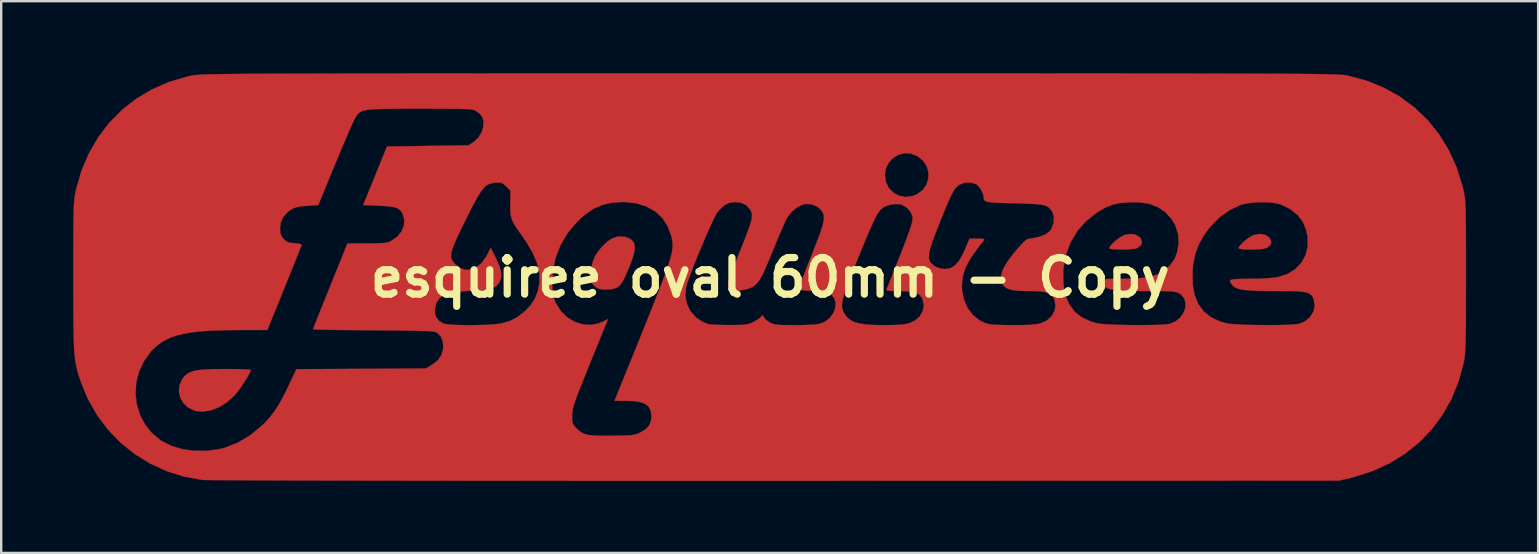
<source format=kicad_pcb>
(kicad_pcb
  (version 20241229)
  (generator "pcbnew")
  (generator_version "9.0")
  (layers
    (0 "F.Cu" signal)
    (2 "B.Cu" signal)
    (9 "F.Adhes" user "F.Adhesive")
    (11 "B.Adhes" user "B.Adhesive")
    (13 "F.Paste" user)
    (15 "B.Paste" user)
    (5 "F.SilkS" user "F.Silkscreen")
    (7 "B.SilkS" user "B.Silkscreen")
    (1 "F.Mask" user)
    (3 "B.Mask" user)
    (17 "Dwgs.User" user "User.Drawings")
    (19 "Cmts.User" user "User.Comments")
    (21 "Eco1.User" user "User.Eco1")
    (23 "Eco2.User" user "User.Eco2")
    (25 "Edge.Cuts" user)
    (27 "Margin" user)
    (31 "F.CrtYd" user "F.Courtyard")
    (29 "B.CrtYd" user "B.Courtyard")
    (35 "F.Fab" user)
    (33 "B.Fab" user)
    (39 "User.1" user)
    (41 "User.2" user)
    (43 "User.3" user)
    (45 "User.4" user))
  (footprint "esquiree oval 60mm - Copy"
    (layer "F.Cu")
    (at 29.037 8.514)
    (property "Reference" "esquiree oval 60mm - Copy" (at 0 0 0) (layer "F.SilkS") (effects (font (size 1.524 1.524) (thickness 0.3))))
    (attr through_hole)
    (fp_poly (pts (xy 15.228 -1.785) (xy 15.389 -1.684) (xy 15.442 -1.613) (xy 15.485 -1.465) (xy 15.433 -1.339) (xy 15.286 -1.233) (xy 15.185 -1.205) (xy 15.023 -1.184) (xy 14.825 -1.172) (xy 14.614 -1.168) (xy 14.414 -1.172) (xy 14.251 -1.184) (xy 14.147 -1.206) (xy 14.122 -1.226) (xy 14.162 -1.313) (xy 14.266 -1.431) (xy 14.408 -1.558) (xy 14.566 -1.674) (xy 14.714 -1.759) (xy 14.772 -1.781) (xy 15.016 -1.819) (xy 15.228 -1.785)) (stroke (width 0.01) (type solid)) (fill yes) (layer "F.Cu"))
    (fp_poly (pts (xy 20.613 -1.785) (xy 20.773 -1.684) (xy 20.826 -1.613) (xy 20.87 -1.465) (xy 20.818 -1.339) (xy 20.671 -1.233) (xy 20.57 -1.205) (xy 20.408 -1.184) (xy 20.21 -1.172) (xy 19.999 -1.168) (xy 19.799 -1.172) (xy 19.635 -1.184) (xy 19.531 -1.206) (xy 19.507 -1.226) (xy 19.547 -1.313) (xy 19.65 -1.431) (xy 19.793 -1.558) (xy 19.951 -1.674) (xy 20.099 -1.759) (xy 20.157 -1.781) (xy 20.4 -1.819) (xy 20.613 -1.785)) (stroke (width 0.01) (type solid)) (fill yes) (layer "F.Cu"))
    (fp_poly (pts (xy -22.383 3.811) (xy -22.105 3.815) (xy -21.88 3.821) (xy -21.721 3.829) (xy -21.645 3.838) (xy -21.641 3.841) (xy -21.67 3.935) (xy -21.747 4.087) (xy -21.859 4.276) (xy -21.991 4.481) (xy -22.131 4.678) (xy -22.264 4.847) (xy -22.31 4.899) (xy -22.609 5.174) (xy -22.936 5.384) (xy -23.275 5.522) (xy -23.609 5.583) (xy -23.92 5.559) (xy -23.994 5.539) (xy -24.256 5.409) (xy -24.453 5.22) (xy -24.581 4.988) (xy -24.633 4.732) (xy -24.606 4.471) (xy -24.494 4.223) (xy -24.396 4.101) (xy -24.295 4.012) (xy -24.174 3.942) (xy -24.021 3.89) (xy -23.821 3.853) (xy -23.563 3.829) (xy -23.233 3.815) (xy -22.817 3.81) (xy -22.698 3.81) (xy -22.383 3.811)) (stroke (width 0.01) (type solid)) (fill yes) (layer "F.Cu"))
    (fp_poly (pts (xy -6.066 -1.703) (xy -5.921 -1.655) (xy -5.772 -1.569) (xy -5.679 -1.452) (xy -5.642 -1.294) (xy -5.66 -1.083) (xy -5.734 -0.811) (xy -5.863 -0.466) (xy -5.907 -0.36) (xy -6.039 -0.058) (xy -6.151 0.161) (xy -6.257 0.312) (xy -6.37 0.408) (xy -6.505 0.462) (xy -6.675 0.489) (xy -6.77 0.496) (xy -6.975 0.498) (xy -7.121 0.473) (xy -7.246 0.413) (xy -7.25 0.411) (xy -7.38 0.294) (xy -7.445 0.167) (xy -7.475 0.04) (xy -7.496 -0.038) (xy -7.499 -0.145) (xy -7.476 -0.314) (xy -7.432 -0.512) (xy -7.376 -0.707) (xy -7.314 -0.865) (xy -7.307 -0.88) (xy -7.17 -1.095) (xy -6.985 -1.313) (xy -6.783 -1.502) (xy -6.596 -1.63) (xy -6.331 -1.717) (xy -6.066 -1.703)) (stroke (width 0.01) (type solid)) (fill yes) (layer "F.Cu"))
    (fp_poly (pts (xy 1.825 -8.509) (xy 3.577 -8.509) (xy 5.232 -8.509) (xy 6.794 -8.509) (xy 8.266 -8.509) (xy 9.65 -8.508) (xy 10.949 -8.508) (xy 12.165 -8.507) (xy 13.303 -8.507) (xy 14.363 -8.506) (xy 15.349 -8.505) (xy 16.265 -8.504) (xy 17.112 -8.503) (xy 17.893 -8.502) (xy 18.611 -8.501) (xy 19.269 -8.499) (xy 19.87 -8.497) (xy 20.416 -8.495) (xy 20.91 -8.493) (xy 21.356 -8.491) (xy 21.755 -8.488) (xy 22.11 -8.485) (xy 22.424 -8.482) (xy 22.701 -8.479) (xy 22.942 -8.475) (xy 23.151 -8.471) (xy 23.33 -8.467) (xy 23.482 -8.463) (xy 23.61 -8.458) (xy 23.717 -8.453) (xy 23.805 -8.447) (xy 23.877 -8.441) (xy 23.935 -8.435) (xy 23.984 -8.429) (xy 24.025 -8.422) (xy 24.042 -8.418) (xy 24.823 -8.21) (xy 25.551 -7.917) (xy 26.223 -7.542) (xy 26.835 -7.09) (xy 27.381 -6.566) (xy 27.859 -5.973) (xy 28.262 -5.316) (xy 28.588 -4.598) (xy 28.832 -3.826) (xy 28.872 -3.658) (xy 28.895 -3.555) (xy 28.914 -3.456) (xy 28.93 -3.351) (xy 28.943 -3.232) (xy 28.954 -3.09) (xy 28.963 -2.916) (xy 28.969 -2.702) (xy 28.974 -2.439) (xy 28.977 -2.118) (xy 28.98 -1.731) (xy 28.981 -1.268) (xy 28.981 -0.722) (xy 28.981 -0.084) (xy 28.981 -0.051) (xy 28.981 0.601) (xy 28.98 1.16) (xy 28.979 1.634) (xy 28.976 2.033) (xy 28.972 2.364) (xy 28.966 2.637) (xy 28.959 2.86) (xy 28.95 3.041) (xy 28.939 3.189) (xy 28.925 3.313) (xy 28.909 3.421) (xy 28.891 3.519) (xy 28.682 4.301) (xy 28.389 5.029) (xy 28.014 5.701) (xy 27.562 6.312) (xy 27.037 6.859) (xy 26.442 7.337) (xy 25.781 7.742) (xy 25.059 8.07) (xy 24.279 8.318) (xy 24.155 8.348) (xy 23.698 8.456) (xy 0.203 8.464) (xy -1.34 8.464) (xy -2.859 8.464) (xy -4.35 8.464) (xy -5.81 8.464) (xy -7.237 8.464) (xy -8.626 8.463) (xy -9.975 8.463) (xy -11.28 8.462) (xy -12.539 8.461) (xy -13.747 8.46) (xy -14.902 8.458) (xy -16 8.457) (xy -17.038 8.455) (xy -18.014 8.454) (xy -18.923 8.452) (xy -19.763 8.45) (xy -20.529 8.448) (xy -21.22 8.446) (xy -21.832 8.443) (xy -22.362 8.441) (xy -22.805 8.439) (xy -23.16 8.436) (xy -23.423 8.433) (xy -23.59 8.431) (xy -23.658 8.428) (xy -24.423 8.289) (xy -25.154 8.058) (xy -25.844 7.741) (xy -26.485 7.344) (xy -27.07 6.872) (xy -27.593 6.33) (xy -28.046 5.725) (xy -28.424 5.062) (xy -28.527 4.814) (xy -26.441 4.814) (xy -26.392 5.264) (xy -26.263 5.698) (xy -26.056 6.1) (xy -25.773 6.46) (xy -25.415 6.764) (xy -25.353 6.805) (xy -24.953 7.006) (xy -24.495 7.144) (xy -23.997 7.214) (xy -23.483 7.217) (xy -22.972 7.148) (xy -22.726 7.087) (xy -22.186 6.877) (xy -21.669 6.57) (xy -21.18 6.167) (xy -21.023 6.012) (xy -20.816 5.782) (xy -20.629 5.534) (xy -20.448 5.248) (xy -20.262 4.906) (xy -20.058 4.488) (xy -20.044 4.458) (xy -19.744 3.815) (xy -17.047 3.8) (xy -14.351 3.785) (xy -14.113 3.645) (xy -13.865 3.46) (xy -13.708 3.244) (xy -13.63 2.982) (xy -13.624 2.932) (xy -13.637 2.666) (xy -13.724 2.45) (xy -13.879 2.298) (xy -13.911 2.279) (xy -13.962 2.263) (xy -14.051 2.248) (xy -14.185 2.236) (xy -14.371 2.226) (xy -14.619 2.218) (xy -14.935 2.211) (xy -15.327 2.205) (xy -15.804 2.2) (xy -16.371 2.196) (xy -16.548 2.195) (xy -17.041 2.191) (xy -17.503 2.187) (xy -17.922 2.182) (xy -18.289 2.177) (xy -18.595 2.172) (xy -18.83 2.166) (xy -18.985 2.161) (xy -19.049 2.155) (xy -19.05 2.155) (xy -19.032 2.103) (xy -18.979 1.968) (xy -18.897 1.76) (xy -18.789 1.489) (xy -18.745 1.379) (xy -13.979 1.379) (xy -13.937 1.613) (xy -13.811 1.796) (xy -13.61 1.915) (xy -13.479 1.941) (xy -13.267 1.96) (xy -12.995 1.973) (xy -12.683 1.979) (xy -12.352 1.979) (xy -12.022 1.973) (xy -11.714 1.96) (xy -11.449 1.941) (xy -11.247 1.916) (xy -11.187 1.904) (xy -10.855 1.806) (xy -10.578 1.671) (xy -10.312 1.477) (xy -10.244 1.419) (xy -9.983 1.151) (xy -9.8 0.865) (xy -9.682 0.557) (xy -9.633 0.302) (xy -9.085 0.302) (xy -9.069 0.559) (xy -9.043 0.75) (xy -8.998 0.909) (xy -8.927 1.072) (xy -8.924 1.079) (xy -8.718 1.401) (xy -8.455 1.658) (xy -8.15 1.842) (xy -7.819 1.948) (xy -7.476 1.971) (xy -7.136 1.904) (xy -6.965 1.831) (xy -6.754 1.724) (xy -6.835 1.916) (xy -6.873 2.008) (xy -6.944 2.181) (xy -7.043 2.424) (xy -7.165 2.725) (xy -7.305 3.069) (xy -7.458 3.447) (xy -7.585 3.759) (xy -7.763 4.202) (xy -7.907 4.561) (xy -8.02 4.849) (xy -8.105 5.077) (xy -8.167 5.256) (xy -8.209 5.397) (xy -8.235 5.51) (xy -8.248 5.609) (xy -8.253 5.703) (xy -8.254 5.75) (xy -8.25 5.94) (xy -8.23 6.064) (xy -8.182 6.157) (xy -8.103 6.249) (xy -7.988 6.361) (xy -7.874 6.447) (xy -7.746 6.509) (xy -7.588 6.551) (xy -7.383 6.576) (xy -7.118 6.588) (xy -6.776 6.59) (xy -6.528 6.587) (xy -6.208 6.583) (xy -5.97 6.576) (xy -5.797 6.564) (xy -5.669 6.546) (xy -5.567 6.518) (xy -5.472 6.48) (xy -5.413 6.451) (xy -5.18 6.306) (xy -5.036 6.142) (xy -4.965 5.938) (xy -4.953 5.766) (xy -4.979 5.548) (xy -5.062 5.382) (xy -5.21 5.261) (xy -5.433 5.183) (xy -5.738 5.141) (xy -6.061 5.131) (xy -6.489 5.131) (xy -5.959 3.823) (xy -5.639 3.036) (xy -5.357 2.337) (xy -5.108 1.721) (xy -4.892 1.18) (xy -4.719 0.743) (xy -3.539 0.743) (xy -3.478 1.081) (xy -3.332 1.387) (xy -3.11 1.645) (xy -2.819 1.843) (xy -2.591 1.934) (xy -2.496 1.948) (xy -2.321 1.96) (xy -2.089 1.97) (xy -1.822 1.975) (xy -1.727 1.976) (xy -1.425 1.975) (xy -1.204 1.969) (xy -1.042 1.956) (xy -0.918 1.932) (xy -0.812 1.897) (xy -0.762 1.875) (xy -0.601 1.791) (xy -0.462 1.701) (xy -0.423 1.668) (xy -0.313 1.565) (xy -0.257 1.671) (xy -0.177 1.761) (xy -0.046 1.854) (xy -0.000326 1.879) (xy 0.087 1.918) (xy 0.184 1.946) (xy 0.31 1.964) (xy 0.483 1.975) (xy 0.722 1.98) (xy 1.017 1.981) (xy 1.315 1.978) (xy 1.595 1.968) (xy 1.834 1.953) (xy 2.008 1.934) (xy 2.064 1.923) (xy 2.299 1.825) (xy 2.489 1.67) (xy 2.627 1.478) (xy 2.707 1.266) (xy 2.714 1.158) (xy 2.985 1.158) (xy 2.995 1.268) (xy 3.023 1.366) (xy 3.063 1.454) (xy 3.171 1.621) (xy 3.31 1.751) (xy 3.492 1.847) (xy 3.729 1.914) (xy 4.034 1.956) (xy 4.42 1.976) (xy 4.702 1.98) (xy 5.093 1.976) (xy 5.394 1.963) (xy 5.619 1.939) (xy 5.771 1.906) (xy 6.029 1.788) (xy 6.225 1.614) (xy 6.35 1.401) (xy 6.396 1.166) (xy 6.352 0.927) (xy 6.321 0.857) (xy 6.233 0.736) (xy 6.104 0.65) (xy 5.919 0.595) (xy 5.663 0.566) (xy 5.356 0.559) (xy 5.106 0.556) (xy 4.945 0.546) (xy 4.86 0.528) (xy 4.839 0.5) (xy 4.841 0.495) (xy 5.079 -0.097) (xy 5.281 -0.604) (xy 5.394 -0.889) (xy 6.603 -0.889) (xy 6.616 -0.766) (xy 6.655 -0.665) (xy 6.683 -0.621) (xy 6.85 -0.468) (xy 7.082 -0.377) (xy 7.287 -0.356) (xy 7.497 -0.39) (xy 7.682 -0.497) (xy 7.852 -0.685) (xy 8.014 -0.962) (xy 8.109 -1.17) (xy 8.302 -1.626) (xy 8.627 -1.626) (xy 8.805 -1.621) (xy 8.895 -1.606) (xy 8.913 -1.577) (xy 8.904 -1.562) (xy 8.851 -1.494) (xy 8.754 -1.369) (xy 8.632 -1.212) (xy 8.595 -1.165) (xy 8.318 -0.768) (xy 8.127 -0.397) (xy 8.017 -0.036) (xy 7.981 0.332) (xy 7.987 0.498) (xy 8.059 0.894) (xy 8.209 1.248) (xy 8.427 1.545) (xy 8.707 1.773) (xy 8.919 1.879) (xy 9.025 1.915) (xy 9.143 1.941) (xy 9.29 1.959) (xy 9.485 1.97) (xy 9.745 1.976) (xy 10.087 1.979) (xy 10.48 1.977) (xy 10.785 1.967) (xy 11.016 1.95) (xy 11.186 1.924) (xy 11.258 1.906) (xy 11.516 1.788) (xy 11.712 1.614) (xy 11.837 1.401) (xy 11.882 1.166) (xy 11.839 0.927) (xy 11.808 0.857) (xy 11.726 0.741) (xy 11.609 0.658) (xy 11.441 0.603) (xy 11.208 0.572) (xy 10.893 0.559) (xy 10.784 0.559) (xy 10.431 0.552) (xy 10.163 0.53) (xy 9.966 0.49) (xy 9.824 0.428) (xy 9.721 0.341) (xy 9.705 0.322) (xy 9.616 0.141) (xy 9.609 -0.073) (xy 9.659 -0.237) (xy 12.203 -0.237) (xy 12.212 0.281) (xy 12.293 0.728) (xy 12.448 1.106) (xy 12.677 1.415) (xy 12.981 1.656) (xy 13.361 1.831) (xy 13.633 1.905) (xy 13.791 1.928) (xy 14.029 1.946) (xy 14.327 1.961) (xy 14.667 1.971) (xy 15.03 1.977) (xy 15.399 1.979) (xy 15.754 1.976) (xy 16.076 1.968) (xy 16.348 1.956) (xy 16.55 1.939) (xy 16.644 1.923) (xy 16.88 1.825) (xy 17.069 1.673) (xy 17.205 1.485) (xy 17.284 1.277) (xy 17.299 1.068) (xy 17.247 0.875) (xy 17.121 0.716) (xy 17.017 0.648) (xy 16.947 0.618) (xy 16.859 0.596) (xy 16.739 0.58) (xy 16.573 0.569) (xy 16.348 0.563) (xy 16.048 0.56) (xy 15.691 0.559) (xy 15.224 0.556) (xy 14.847 0.548) (xy 14.549 0.533) (xy 14.32 0.51) (xy 14.147 0.476) (xy 14.02 0.431) (xy 13.928 0.373) (xy 13.881 0.328) (xy 13.802 0.232) (xy 13.764 0.161) (xy 13.778 0.111) (xy 13.852 0.079) (xy 13.997 0.061) (xy 14.223 0.052) (xy 14.539 0.05) (xy 14.592 0.05) (xy 15.055 0.043) (xy 15.432 0.019) (xy 15.739 -0.022) (xy 15.991 -0.085) (xy 16.204 -0.171) (xy 16.313 -0.237) (xy 17.59 -0.237) (xy 17.597 0.28) (xy 17.677 0.727) (xy 17.832 1.104) (xy 18.061 1.414) (xy 18.366 1.656) (xy 18.746 1.831) (xy 19.018 1.905) (xy 19.176 1.928) (xy 19.414 1.946) (xy 19.712 1.961) (xy 20.052 1.971) (xy 20.415 1.977) (xy 20.784 1.979) (xy 21.138 1.976) (xy 21.461 1.968) (xy 21.733 1.956) (xy 21.935 1.939) (xy 22.028 1.923) (xy 22.284 1.815) (xy 22.485 1.643) (xy 22.62 1.427) (xy 22.677 1.184) (xy 22.645 0.933) (xy 22.645 0.933) (xy 22.602 0.823) (xy 22.547 0.737) (xy 22.467 0.672) (xy 22.351 0.625) (xy 22.186 0.593) (xy 21.961 0.573) (xy 21.663 0.563) (xy 21.281 0.559) (xy 21.076 0.559) (xy 20.609 0.556) (xy 20.232 0.548) (xy 19.934 0.533) (xy 19.704 0.51) (xy 19.532 0.476) (xy 19.405 0.431) (xy 19.313 0.373) (xy 19.266 0.328) (xy 19.187 0.232) (xy 19.149 0.161) (xy 19.162 0.111) (xy 19.237 0.079) (xy 19.382 0.061) (xy 19.608 0.052) (xy 19.924 0.05) (xy 19.977 0.05) (xy 20.419 0.043) (xy 20.789 0.022) (xy 21.075 -0.011) (xy 21.158 -0.026) (xy 21.549 -0.155) (xy 21.872 -0.354) (xy 22.123 -0.617) (xy 22.296 -0.932) (xy 22.385 -1.292) (xy 22.384 -1.686) (xy 22.33 -1.97) (xy 22.187 -2.315) (xy 21.96 -2.614) (xy 21.657 -2.857) (xy 21.288 -3.035) (xy 21.164 -3.075) (xy 20.905 -3.122) (xy 20.586 -3.142) (xy 20.244 -3.135) (xy 19.917 -3.101) (xy 19.641 -3.043) (xy 19.584 -3.025) (xy 19.129 -2.809) (xy 18.705 -2.503) (xy 18.324 -2.114) (xy 18.078 -1.784) (xy 17.857 -1.396) (xy 17.707 -0.999) (xy 17.619 -0.562) (xy 17.59 -0.237) (xy 16.313 -0.237) (xy 16.382 -0.278) (xy 16.653 -0.51) (xy 16.841 -0.782) (xy 16.946 -1.045) (xy 17.013 -1.434) (xy 16.987 -1.819) (xy 16.87 -2.182) (xy 16.712 -2.446) (xy 16.451 -2.73) (xy 16.147 -2.937) (xy 15.79 -3.071) (xy 15.372 -3.136) (xy 14.953 -3.138) (xy 14.579 -3.106) (xy 14.268 -3.04) (xy 13.984 -2.931) (xy 13.689 -2.765) (xy 13.609 -2.713) (xy 13.162 -2.36) (xy 12.796 -1.946) (xy 12.514 -1.478) (xy 12.319 -0.963) (xy 12.216 -0.406) (xy 12.203 -0.237) (xy 9.659 -0.237) (xy 9.685 -0.325) (xy 9.847 -0.618) (xy 10.094 -0.956) (xy 10.263 -1.158) (xy 10.432 -1.35) (xy 10.554 -1.479) (xy 10.648 -1.56) (xy 10.733 -1.605) (xy 10.83 -1.629) (xy 10.946 -1.644) (xy 11.235 -1.705) (xy 11.476 -1.807) (xy 11.648 -1.942) (xy 11.704 -2.022) (xy 11.8 -2.286) (xy 11.814 -2.533) (xy 11.75 -2.749) (xy 11.611 -2.915) (xy 11.495 -2.984) (xy 11.41 -3.014) (xy 11.295 -3.037) (xy 11.135 -3.056) (xy 10.917 -3.071) (xy 10.628 -3.083) (xy 10.254 -3.094) (xy 10.145 -3.097) (xy 9.757 -3.107) (xy 9.458 -3.117) (xy 9.237 -3.131) (xy 9.083 -3.15) (xy 8.983 -3.177) (xy 8.925 -3.213) (xy 8.899 -3.262) (xy 8.891 -3.325) (xy 8.891 -3.339) (xy 8.857 -3.494) (xy 8.776 -3.665) (xy 8.671 -3.813) (xy 8.581 -3.888) (xy 8.355 -3.958) (xy 8.116 -3.954) (xy 7.901 -3.881) (xy 7.825 -3.829) (xy 7.759 -3.769) (xy 7.698 -3.702) (xy 7.638 -3.615) (xy 7.572 -3.497) (xy 7.495 -3.338) (xy 7.401 -3.124) (xy 7.284 -2.847) (xy 7.14 -2.492) (xy 7.037 -2.238) (xy 6.875 -1.83) (xy 6.754 -1.504) (xy 6.67 -1.246) (xy 6.621 -1.045) (xy 6.603 -0.889) (xy 5.394 -0.889) (xy 5.45 -1.031) (xy 5.589 -1.388) (xy 5.7 -1.68) (xy 5.785 -1.917) (xy 5.848 -2.104) (xy 5.891 -2.251) (xy 5.917 -2.364) (xy 5.928 -2.452) (xy 5.928 -2.521) (xy 5.923 -2.56) (xy 5.842 -2.744) (xy 5.691 -2.91) (xy 5.496 -3.027) (xy 5.437 -3.048) (xy 5.237 -3.067) (xy 5.003 -3.036) (xy 4.783 -2.963) (xy 4.701 -2.918) (xy 4.63 -2.863) (xy 4.56 -2.788) (xy 4.485 -2.683) (xy 4.402 -2.539) (xy 4.306 -2.347) (xy 4.193 -2.099) (xy 4.057 -1.785) (xy 3.895 -1.396) (xy 3.702 -0.923) (xy 3.658 -0.817) (xy 3.464 -0.335) (xy 3.307 0.063) (xy 3.185 0.388) (xy 3.094 0.65) (xy 3.032 0.859) (xy 2.997 1.025) (xy 2.985 1.158) (xy 2.714 1.158) (xy 2.722 1.052) (xy 2.664 0.856) (xy 2.528 0.695) (xy 2.522 0.69) (xy 2.441 0.641) (xy 2.337 0.607) (xy 2.189 0.584) (xy 1.973 0.567) (xy 1.804 0.559) (xy 1.572 0.546) (xy 1.377 0.53) (xy 1.244 0.513) (xy 1.193 0.499) (xy 1.202 0.444) (xy 1.246 0.308) (xy 1.319 0.103) (xy 1.417 -0.16) (xy 1.536 -0.468) (xy 1.671 -0.809) (xy 1.697 -0.873) (xy 1.873 -1.314) (xy 2.011 -1.672) (xy 2.113 -1.959) (xy 2.183 -2.186) (xy 2.223 -2.364) (xy 2.235 -2.503) (xy 2.222 -2.615) (xy 2.185 -2.71) (xy 2.133 -2.795) (xy 1.964 -2.951) (xy 1.741 -3.047) (xy 1.499 -3.07) (xy 1.379 -3.05) (xy 1.129 -2.936) (xy 0.895 -2.743) (xy 0.701 -2.491) (xy 0.688 -2.47) (xy 0.636 -2.364) (xy 0.552 -2.18) (xy 0.445 -1.934) (xy 0.32 -1.641) (xy 0.186 -1.317) (xy 0.096 -1.097) (xy -0.072 -0.686) (xy -0.213 -0.359) (xy -0.332 -0.106) (xy -0.44 0.086) (xy -0.542 0.227) (xy -0.646 0.328) (xy -0.76 0.4) (xy -0.893 0.454) (xy -0.995 0.486) (xy -1.259 0.537) (xy -1.48 0.53) (xy -1.646 0.469) (xy -1.744 0.36) (xy -1.761 0.207) (xy -1.758 0.192) (xy -1.729 0.096) (xy -1.669 -0.075) (xy -1.584 -0.3) (xy -1.482 -0.559) (xy -1.414 -0.727) (xy -1.226 -1.191) (xy -1.074 -1.572) (xy -0.956 -1.879) (xy -0.868 -2.123) (xy -0.808 -2.313) (xy -0.774 -2.461) (xy -0.762 -2.576) (xy -0.77 -2.668) (xy -0.795 -2.748) (xy -0.835 -2.825) (xy -0.845 -2.843) (xy -1.007 -3.022) (xy -1.234 -3.124) (xy -1.461 -3.15) (xy -1.71 -3.114) (xy -1.933 -2.999) (xy -2.144 -2.796) (xy -2.211 -2.713) (xy -2.271 -2.612) (xy -2.361 -2.431) (xy -2.475 -2.185) (xy -2.607 -1.891) (xy -2.749 -1.563) (xy -2.895 -1.216) (xy -3.04 -0.866) (xy -3.176 -0.529) (xy -3.297 -0.219) (xy -3.397 0.049) (xy -3.47 0.258) (xy -3.507 0.386) (xy -3.539 0.743) (xy -4.719 0.743) (xy -4.706 0.709) (xy -4.548 0.302) (xy -4.416 -0.046) (xy -4.309 -0.343) (xy -4.225 -0.595) (xy -4.16 -0.806) (xy -4.114 -0.984) (xy -4.085 -1.134) (xy -4.07 -1.263) (xy -4.067 -1.375) (xy -4.075 -1.479) (xy -4.091 -1.579) (xy -4.113 -1.681) (xy -4.13 -1.749) (xy -4.277 -2.15) (xy -4.502 -2.489) (xy -4.799 -2.762) (xy -5.163 -2.966) (xy -5.587 -3.096) (xy -6.066 -3.149) (xy -6.143 -3.15) (xy -6.604 -3.12) (xy -7.012 -3.024) (xy -7.387 -2.853) (xy -7.748 -2.599) (xy -8.053 -2.318) (xy -8.437 -1.861) (xy -8.736 -1.356) (xy -8.946 -0.813) (xy -9.063 -0.244) (xy -9.085 0.302) (xy -9.633 0.302) (xy -9.611 0.186) (xy -9.621 -0.194) (xy -9.712 -0.592) (xy -9.889 -1.014) (xy -10.152 -1.469) (xy -10.355 -1.763) (xy -10.541 -2.026) (xy -10.673 -2.234) (xy -10.76 -2.411) (xy -10.809 -2.582) (xy -10.831 -2.77) (xy -10.834 -3.001) (xy -10.832 -3.091) (xy -10.82 -3.616) (xy -10.999 -3.796) (xy -11.11 -3.899) (xy -11.202 -3.949) (xy -11.318 -3.96) (xy -11.459 -3.952) (xy -11.595 -3.933) (xy -11.716 -3.897) (xy -11.827 -3.833) (xy -11.936 -3.733) (xy -12.051 -3.586) (xy -12.18 -3.383) (xy -12.329 -3.115) (xy -12.506 -2.773) (xy -12.694 -2.397) (xy -12.897 -1.985) (xy -13.055 -1.651) (xy -13.171 -1.385) (xy -13.249 -1.176) (xy -13.291 -1.012) (xy -13.3 -0.883) (xy -13.278 -0.777) (xy -13.23 -0.683) (xy -13.16 -0.596) (xy -12.946 -0.413) (xy -12.715 -0.326) (xy -12.478 -0.331) (xy -12.245 -0.426) (xy -12.027 -0.607) (xy -11.835 -0.873) (xy -11.789 -0.959) (xy -11.646 -1.242) (xy -11.428 -0.811) (xy -11.282 -0.48) (xy -11.211 -0.207) (xy -11.213 0.02) (xy -11.287 0.211) (xy -11.294 0.222) (xy -11.376 0.321) (xy -11.483 0.397) (xy -11.63 0.455) (xy -11.833 0.497) (xy -12.104 0.527) (xy -12.459 0.55) (xy -12.572 0.555) (xy -12.931 0.575) (xy -13.201 0.598) (xy -13.391 0.626) (xy -13.514 0.66) (xy -13.538 0.672) (xy -13.771 0.844) (xy -13.919 1.072) (xy -13.978 1.348) (xy -13.979 1.379) (xy -18.745 1.379) (xy -18.66 1.166) (xy -18.513 0.801) (xy -18.353 0.405) (xy -18.332 0.353) (xy -17.614 -1.422) (xy -16.806 -1.422) (xy -16.49 -1.424) (xy -16.257 -1.43) (xy -16.088 -1.442) (xy -15.966 -1.461) (xy -15.872 -1.491) (xy -15.809 -1.519) (xy -15.548 -1.698) (xy -15.363 -1.919) (xy -15.261 -2.168) (xy -15.249 -2.43) (xy -15.319 -2.665) (xy -15.386 -2.777) (xy -15.477 -2.859) (xy -15.608 -2.917) (xy -15.796 -2.956) (xy -16.056 -2.981) (xy -16.315 -2.995) (xy -16.959 -3.023) (xy -16.455 -4.262) (xy 4.775 -4.262) (xy 4.82 -3.971) (xy 4.944 -3.726) (xy 5.131 -3.536) (xy 5.365 -3.412) (xy 5.631 -3.361) (xy 5.913 -3.395) (xy 6.098 -3.467) (xy 6.335 -3.637) (xy 6.497 -3.856) (xy 6.582 -4.106) (xy 6.591 -4.369) (xy 6.522 -4.625) (xy 6.376 -4.857) (xy 6.153 -5.046) (xy 6.12 -5.066) (xy 5.849 -5.167) (xy 5.577 -5.179) (xy 5.321 -5.109) (xy 5.097 -4.968) (xy 4.92 -4.766) (xy 4.808 -4.513) (xy 4.775 -4.262) (xy -16.455 -4.262) (xy -15.968 -5.461) (xy -14.267 -5.486) (xy -12.565 -5.512) (xy -12.359 -5.648) (xy -12.165 -5.825) (xy -12.027 -6.05) (xy -11.952 -6.297) (xy -11.95 -6.539) (xy -12.002 -6.703) (xy -12.088 -6.81) (xy -12.217 -6.915) (xy -12.243 -6.931) (xy -12.289 -6.957) (xy -12.341 -6.978) (xy -12.407 -6.994) (xy -12.497 -7.008) (xy -12.621 -7.018) (xy -12.79 -7.025) (xy -13.012 -7.03) (xy -13.297 -7.033) (xy -13.655 -7.035) (xy -14.095 -7.036) (xy -14.605 -7.036) (xy -15.167 -7.036) (xy -15.637 -7.034) (xy -16.024 -7.031) (xy -16.337 -7.023) (xy -16.585 -7.009) (xy -16.778 -6.989) (xy -16.925 -6.96) (xy -17.036 -6.922) (xy -17.118 -6.872) (xy -17.183 -6.81) (xy -17.238 -6.733) (xy -17.293 -6.641) (xy -17.309 -6.614) (xy -17.36 -6.514) (xy -17.443 -6.332) (xy -17.554 -6.081) (xy -17.687 -5.773) (xy -17.837 -5.422) (xy -17.997 -5.039) (xy -18.137 -4.703) (xy -18.829 -3.023) (xy -19.288 -2.99) (xy -19.56 -2.965) (xy -19.758 -2.927) (xy -19.911 -2.867) (xy -20.047 -2.775) (xy -20.134 -2.699) (xy -20.31 -2.492) (xy -20.401 -2.262) (xy -20.422 -2.035) (xy -20.409 -1.855) (xy -20.359 -1.725) (xy -20.277 -1.617) (xy -20.181 -1.524) (xy -20.08 -1.471) (xy -19.938 -1.443) (xy -19.817 -1.433) (xy -19.643 -1.416) (xy -19.553 -1.393) (xy -19.525 -1.357) (xy -19.531 -1.327) (xy -19.557 -1.262) (xy -19.616 -1.115) (xy -19.704 -0.895) (xy -19.817 -0.614) (xy -19.951 -0.284) (xy -20.1 0.084) (xy -20.256 0.47) (xy -20.95 2.184) (xy -22.096 2.184) (xy -22.777 2.192) (xy -23.367 2.214) (xy -23.876 2.255) (xy -24.312 2.316) (xy -24.685 2.4) (xy -25.004 2.508) (xy -25.278 2.643) (xy -25.518 2.808) (xy -25.732 3.005) (xy -25.809 3.088) (xy -26.094 3.483) (xy -26.294 3.91) (xy -26.409 4.358) (xy -26.441 4.814) (xy -28.527 4.814) (xy -28.696 4.408) (xy -28.761 4.219) (xy -28.818 4.047) (xy -28.866 3.883) (xy -28.906 3.719) (xy -28.939 3.546) (xy -28.966 3.354) (xy -28.987 3.135) (xy -29.003 2.878) (xy -29.015 2.576) (xy -29.023 2.219) (xy -29.028 1.798) (xy -29.031 1.304) (xy -29.032 0.728) (xy -29.032 0.061) (xy -29.032 -0.051) (xy -29.032 -0.694) (xy -29.032 -1.244) (xy -29.03 -1.71) (xy -29.028 -2.101) (xy -29.025 -2.425) (xy -29.02 -2.69) (xy -29.014 -2.907) (xy -29.005 -3.082) (xy -28.995 -3.225) (xy -28.981 -3.346) (xy -28.966 -3.451) (xy -28.947 -3.55) (xy -28.924 -3.653) (xy -28.923 -3.658) (xy -28.697 -4.442) (xy -28.388 -5.171) (xy -28 -5.841) (xy -27.538 -6.447) (xy -27.005 -6.986) (xy -26.407 -7.454) (xy -25.747 -7.845) (xy -25.03 -8.156) (xy -24.26 -8.382) (xy -24.093 -8.418) (xy -24.055 -8.425) (xy -24.011 -8.432) (xy -23.957 -8.438) (xy -23.892 -8.444) (xy -23.812 -8.45) (xy -23.715 -8.455) (xy -23.598 -8.46) (xy -23.458 -8.465) (xy -23.292 -8.469) (xy -23.098 -8.473) (xy -22.873 -8.477) (xy -22.614 -8.481) (xy -22.318 -8.484) (xy -21.983 -8.487) (xy -21.605 -8.49) (xy -21.183 -8.492) (xy -20.713 -8.494) (xy -20.192 -8.497) (xy -19.618 -8.498) (xy -18.988 -8.5) (xy -18.299 -8.502) (xy -17.549 -8.503) (xy -16.735 -8.504) (xy -15.853 -8.505) (xy -14.901 -8.506) (xy -13.877 -8.507) (xy -12.777 -8.507) (xy -11.6 -8.508) (xy -10.341 -8.508) (xy -8.999 -8.508) (xy -7.57 -8.509) (xy -6.052 -8.509) (xy -4.442 -8.509) (xy -2.737 -8.509) (xy -0.935 -8.509) (xy -0.025 -8.509) (xy 1.825 -8.509)) (stroke (width 0.01) (type solid)) (fill yes) (layer "F.Cu")))
  (gr_rect
    (start -3 -3)
    (end 61.024 19.983)
    (stroke (width 0.1) (type default))
    (fill no)
    (layer "Edge.Cuts")))
</source>
